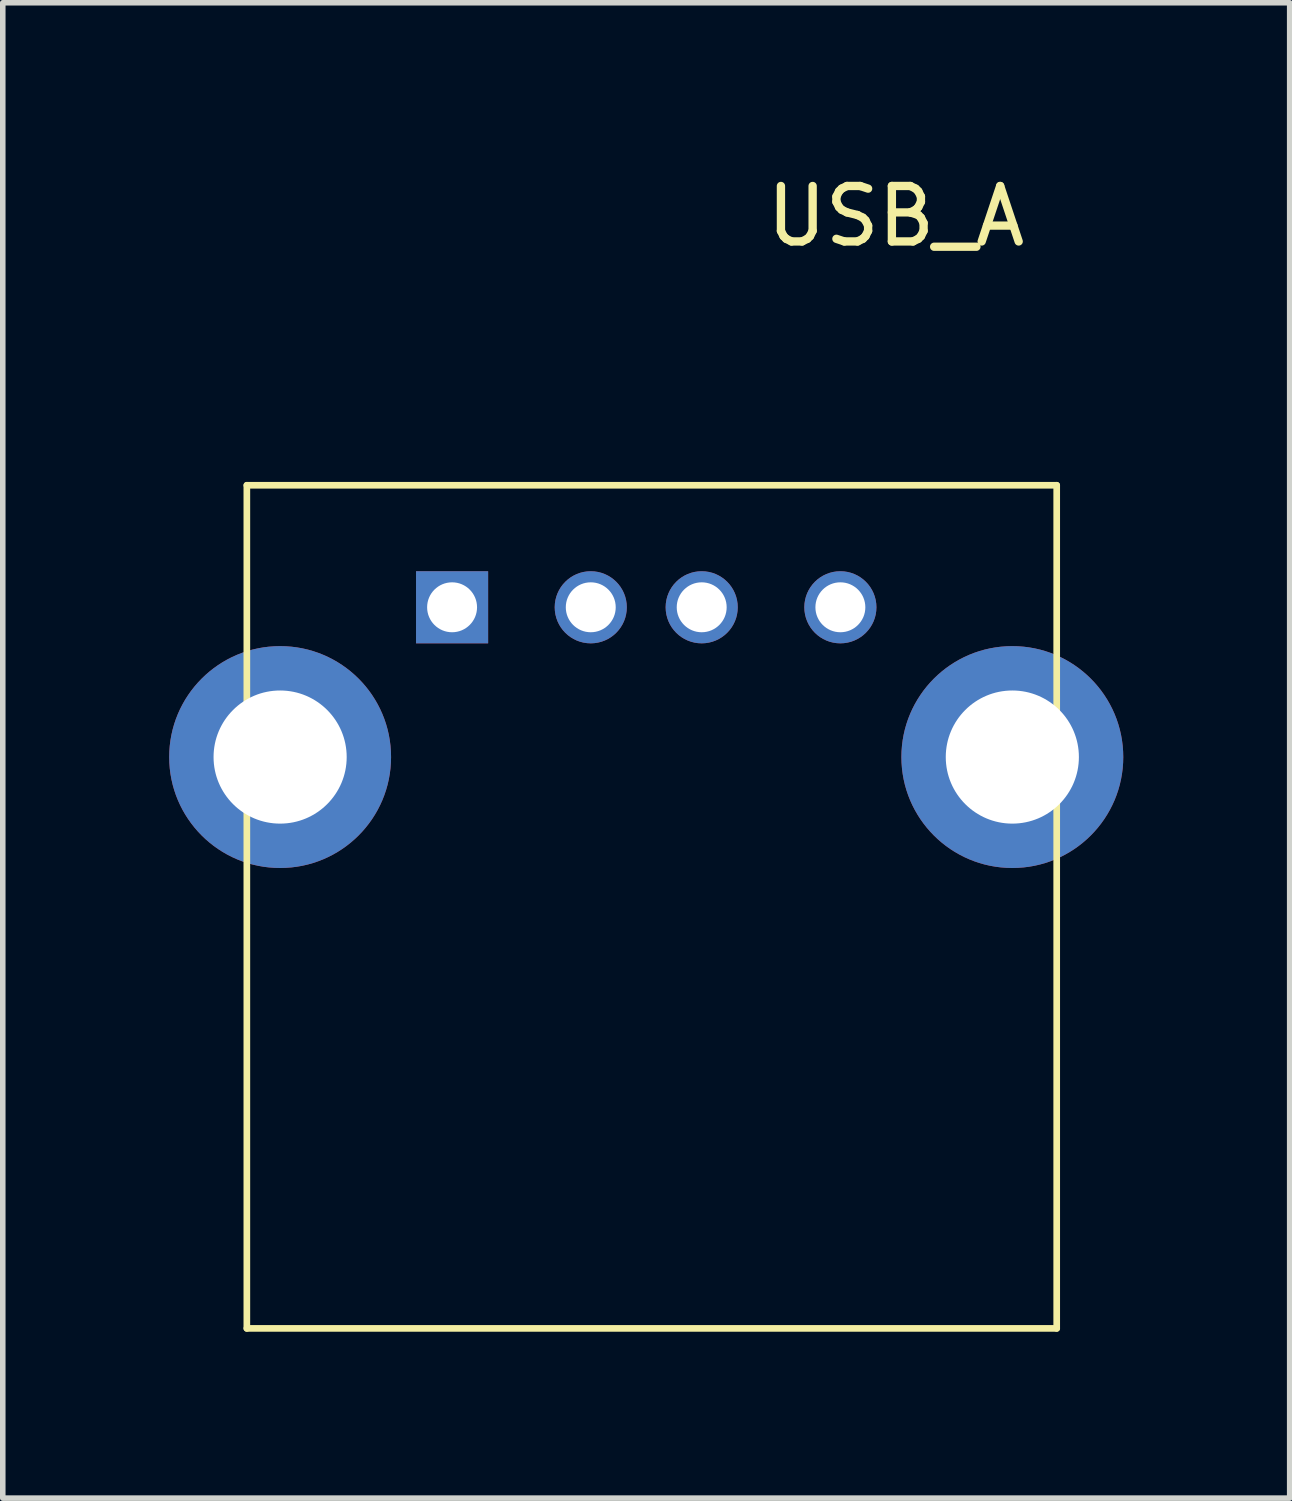
<source format=kicad_pcb>
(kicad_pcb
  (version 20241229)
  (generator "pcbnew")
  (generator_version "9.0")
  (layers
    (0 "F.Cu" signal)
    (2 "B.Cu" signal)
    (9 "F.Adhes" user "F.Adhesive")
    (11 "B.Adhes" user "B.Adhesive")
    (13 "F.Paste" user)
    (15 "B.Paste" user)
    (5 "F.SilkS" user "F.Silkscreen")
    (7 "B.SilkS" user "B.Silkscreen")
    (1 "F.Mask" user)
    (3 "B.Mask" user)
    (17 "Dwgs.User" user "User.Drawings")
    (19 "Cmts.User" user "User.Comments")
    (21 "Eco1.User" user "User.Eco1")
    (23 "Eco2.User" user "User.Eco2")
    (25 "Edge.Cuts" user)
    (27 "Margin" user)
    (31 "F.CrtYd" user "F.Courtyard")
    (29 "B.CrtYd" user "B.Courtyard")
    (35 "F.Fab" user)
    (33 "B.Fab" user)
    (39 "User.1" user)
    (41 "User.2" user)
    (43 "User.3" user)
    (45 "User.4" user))
  (footprint "USB_A"
    (layer "F.Cu")
    (at 8.7 7.898)
    (property "Reference" "USB_A" (at 4.4 -7.05 0) (layer "F.SilkS") (effects (font (size 1 1) (thickness 0.15))))
    (attr through_hole)
    (fp_line (start -7.3 -2.2) (end 7.3 -2.2) (stroke (width 0.12) (type solid)) (layer "F.SilkS"))
    (fp_line (start -7.3 13) (end -7.3 -2.2) (stroke (width 0.12) (type solid)) (layer "F.SilkS"))
    (fp_line (start 7.3 -2.2) (end 7.3 13) (stroke (width 0.12) (type solid)) (layer "F.SilkS"))
    (fp_line (start 7.3 13) (end -7.3 13) (stroke (width 0.12) (type solid)) (layer "F.SilkS"))
    (pad "1" thru_hole rect (at -3.6 0) (size 1.3 1.3) (drill 0.9) (layers "*.Cu" "*.Mask"))
    (pad "2" thru_hole circle (at -1.1 0) (size 1.3 1.3) (drill 0.9) (layers "*.Cu" "*.Mask"))
    (pad "3" thru_hole circle (at 0.9 0) (size 1.3 1.3) (drill 0.9) (layers "*.Cu" "*.Mask"))
    (pad "4" thru_hole circle (at 3.4 0) (size 1.3 1.3) (drill 0.9) (layers "*.Cu" "*.Mask"))
    (pad "5" thru_hole circle (at -6.7 2.7) (size 4 4) (drill 2.4) (layers "*.Cu" "*.Mask"))
    (pad "5" thru_hole circle (at 6.5 2.7) (size 4 4) (drill 2.4) (layers "*.Cu" "*.Mask")))
  (gr_rect
    (start -3 -3)
    (end 20.2 23.958)
    (stroke (width 0.1) (type default))
    (fill no)
    (layer "Edge.Cuts")))
</source>
